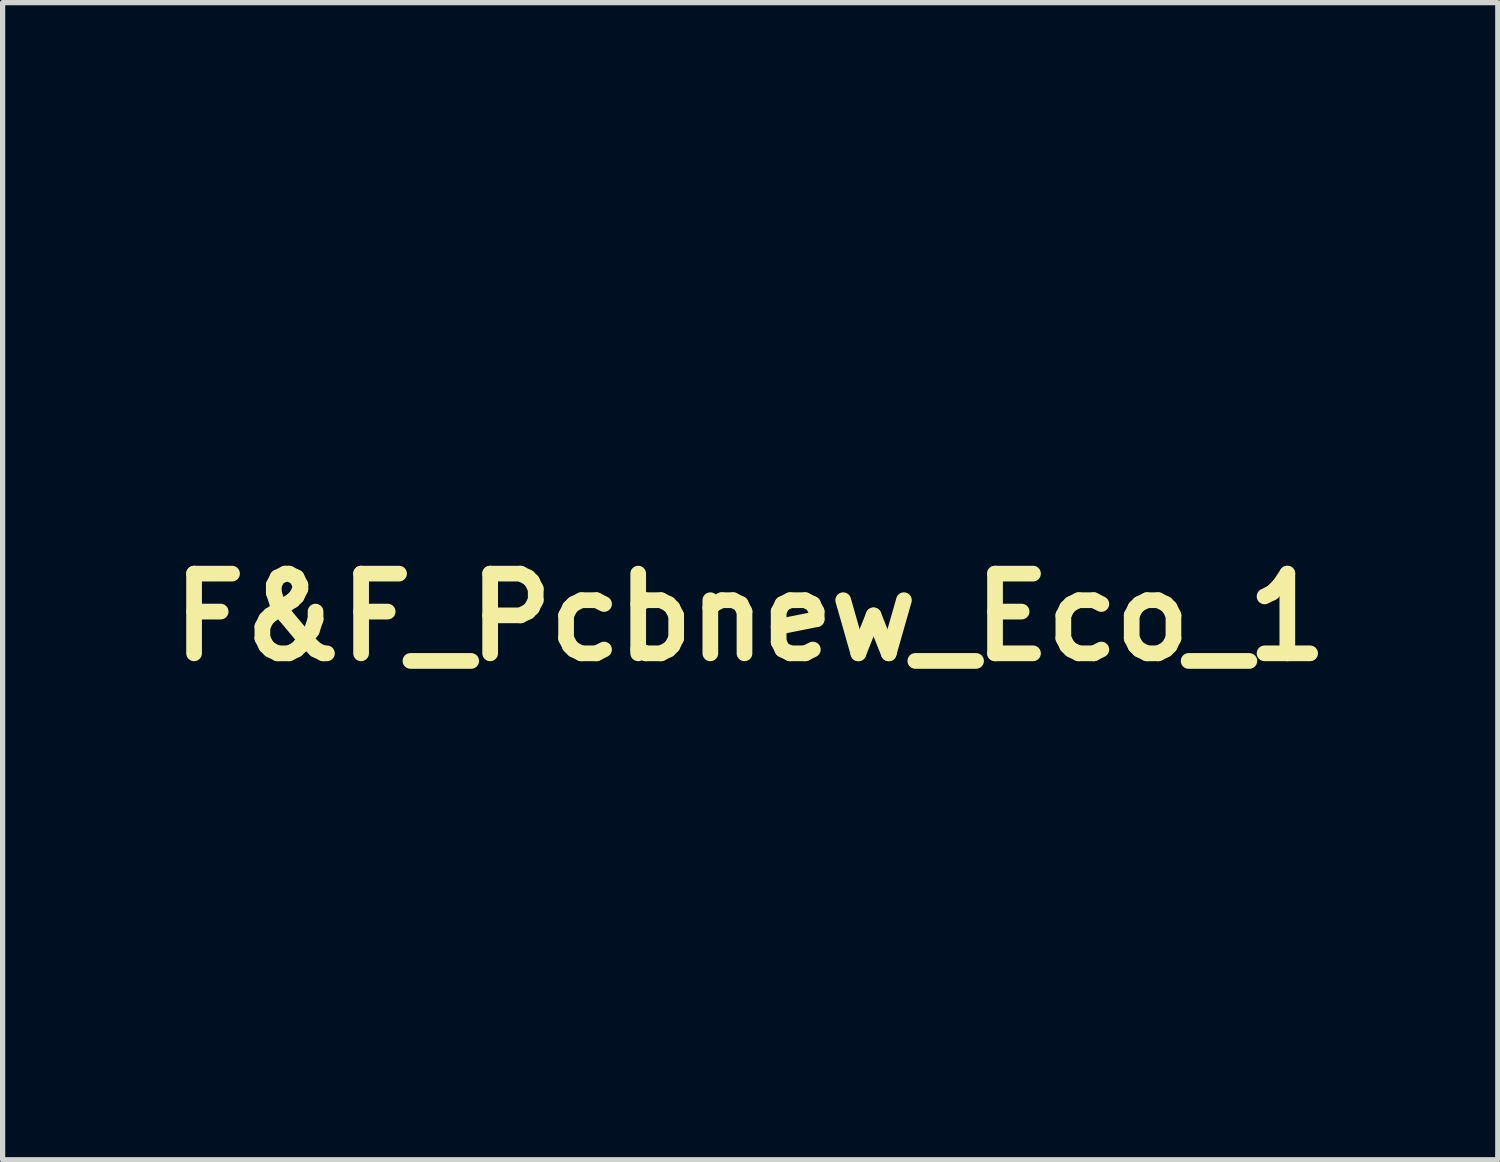
<source format=kicad_pcb>
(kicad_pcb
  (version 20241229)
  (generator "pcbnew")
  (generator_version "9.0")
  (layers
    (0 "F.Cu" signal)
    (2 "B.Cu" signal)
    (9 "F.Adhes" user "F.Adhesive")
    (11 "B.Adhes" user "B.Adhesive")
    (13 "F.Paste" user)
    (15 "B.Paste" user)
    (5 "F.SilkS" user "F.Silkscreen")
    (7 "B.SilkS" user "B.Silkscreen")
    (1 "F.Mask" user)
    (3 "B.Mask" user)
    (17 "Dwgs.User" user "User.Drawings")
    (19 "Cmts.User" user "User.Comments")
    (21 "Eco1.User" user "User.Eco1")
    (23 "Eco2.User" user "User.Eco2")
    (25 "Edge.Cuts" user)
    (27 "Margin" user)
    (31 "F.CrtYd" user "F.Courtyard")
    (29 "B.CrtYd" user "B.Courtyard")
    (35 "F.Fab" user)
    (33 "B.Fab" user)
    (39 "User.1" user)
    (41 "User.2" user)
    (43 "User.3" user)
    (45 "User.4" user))
  (footprint "F&F_Pcbnew_Eco_1"
    (layer "F.Cu")
    (at 11.292 8.751)
    (property "Reference" "F&F_Pcbnew_Eco_1" (at 0 0 0) (layer "F.SilkS") (effects (font (size 1.524 1.524) (thickness 0.3))))
    (attr through_hole)
    (fp_poly (pts (xy -1.671 5.907) (xy -1.447 5.915) (xy -1.328 5.937) (xy -1.279 5.98) (xy -1.27 6.05) (xy -1.27 6.064) (xy -1.282 6.155) (xy -1.346 6.203) (xy -1.503 6.22) (xy -1.736 6.223) (xy -2.005 6.229) (xy -2.145 6.252) (xy -2.196 6.305) (xy -2.201 6.35) (xy -2.176 6.429) (xy -2.073 6.467) (xy -1.848 6.477) (xy -1.82 6.477) (xy -1.585 6.484) (xy -1.474 6.516) (xy -1.441 6.593) (xy -1.439 6.636) (xy -1.455 6.734) (xy -1.533 6.78) (xy -1.718 6.794) (xy -1.82 6.795) (xy -2.201 6.795) (xy -2.201 7.08) (xy -2.208 7.256) (xy -2.251 7.339) (xy -2.366 7.364) (xy -2.498 7.366) (xy -2.794 7.366) (xy -2.794 5.905) (xy -2.032 5.905) (xy -1.671 5.907)) (stroke (width 0.01) (type solid)) (fill no) (layer "Eco1.User"))
    (fp_poly (pts (xy 2.477 5.907) (xy 2.701 5.915) (xy 2.821 5.937) (xy 2.869 5.98) (xy 2.879 6.05) (xy 2.879 6.064) (xy 2.867 6.155) (xy 2.803 6.203) (xy 2.646 6.22) (xy 2.413 6.223) (xy 2.144 6.229) (xy 2.004 6.252) (xy 1.952 6.305) (xy 1.947 6.35) (xy 1.972 6.429) (xy 2.076 6.467) (xy 2.301 6.477) (xy 2.328 6.477) (xy 2.563 6.484) (xy 2.675 6.516) (xy 2.708 6.593) (xy 2.709 6.636) (xy 2.694 6.734) (xy 2.616 6.78) (xy 2.431 6.794) (xy 2.328 6.795) (xy 1.947 6.795) (xy 1.947 7.08) (xy 1.941 7.256) (xy 1.898 7.339) (xy 1.783 7.364) (xy 1.651 7.366) (xy 1.355 7.366) (xy 1.355 5.905) (xy 2.117 5.905) (xy 2.477 5.907)) (stroke (width 0.01) (type solid)) (fill no) (layer "Eco1.User"))
    (fp_poly (pts (xy 0.254 5.949) (xy 0.451 6.064) (xy 0.515 6.228) (xy 0.431 6.418) (xy 0.331 6.515) (xy 0.213 6.617) (xy 0.21 6.671) (xy 0.32 6.723) (xy 0.324 6.725) (xy 0.475 6.758) (xy 0.522 6.732) (xy 0.614 6.698) (xy 0.739 6.708) (xy 0.87 6.755) (xy 0.858 6.841) (xy 0.844 6.862) (xy 0.812 6.969) (xy 0.926 7.046) (xy 0.928 7.047) (xy 1.042 7.107) (xy 1.023 7.174) (xy 0.959 7.235) (xy 0.816 7.317) (xy 0.647 7.295) (xy 0.633 7.29) (xy 0.391 7.263) (xy 0.27 7.296) (xy 0.03 7.348) (xy -0.276 7.361) (xy -0.563 7.335) (xy -0.697 7.298) (xy -0.883 7.159) (xy -0.956 6.982) (xy -0.94 6.911) (xy -0.423 6.911) (xy -0.368 7.06) (xy -0.206 7.113) (xy 0.035 7.073) (xy 0.108 7.034) (xy 0.056 6.972) (xy -0.035 6.915) (xy -0.255 6.812) (xy -0.385 6.815) (xy -0.423 6.911) (xy -0.94 6.911) (xy -0.918 6.806) (xy -0.77 6.671) (xy -0.665 6.633) (xy -0.558 6.579) (xy -0.591 6.479) (xy -0.593 6.477) (xy -0.655 6.302) (xy -0.234 6.302) (xy -0.209 6.353) (xy -0.1 6.4) (xy 0.016 6.353) (xy 0.07 6.265) (xy 0.034 6.175) (xy -0.031 6.16) (xy -0.185 6.203) (xy -0.234 6.302) (xy -0.655 6.302) (xy -0.668 6.266) (xy -0.594 6.086) (xy -0.394 5.958) (xy -0.087 5.906) (xy -0.06 5.905) (xy 0.254 5.949)) (stroke (width 0.01) (type solid)) (fill no) (layer "Eco1.User"))
    (fp_poly (pts (xy 0.535 2.072) (xy 0.84 2.215) (xy 0.977 2.302) (xy 1.284 2.505) (xy 1.494 2.633) (xy 1.635 2.695) (xy 1.732 2.702) (xy 1.815 2.665) (xy 1.848 2.642) (xy 1.939 2.536) (xy 1.89 2.428) (xy 1.773 2.345) (xy 1.701 2.334) (xy 1.614 2.306) (xy 1.609 2.286) (xy 1.66 2.226) (xy 1.79 2.255) (xy 1.947 2.349) (xy 2.093 2.528) (xy 2.087 2.711) (xy 1.946 2.879) (xy 1.684 3.014) (xy 1.368 3.088) (xy 1.078 3.1) (xy 0.735 3.075) (xy 0.401 3.02) (xy 0.137 2.945) (xy 0.035 2.893) (xy -0.07 2.835) (xy -0.181 2.85) (xy -0.322 2.922) (xy -0.568 3.006) (xy -0.912 3.064) (xy -1.284 3.089) (xy -1.616 3.076) (xy -1.776 3.045) (xy -2.094 2.901) (xy -2.257 2.716) (xy -2.286 2.572) (xy -2.246 2.405) (xy -2.103 2.308) (xy -2.077 2.299) (xy -1.91 2.272) (xy -1.795 2.3) (xy -1.781 2.366) (xy -1.812 2.396) (xy -1.859 2.386) (xy -1.863 2.362) (xy -1.924 2.318) (xy -1.99 2.327) (xy -2.085 2.411) (xy -2.115 2.548) (xy -2.07 2.67) (xy -2.03 2.699) (xy -1.918 2.692) (xy -1.73 2.633) (xy -1.53 2.549) (xy -1.379 2.464) (xy -1.339 2.426) (xy -1.262 2.361) (xy -1.102 2.252) (xy -1.031 2.207) (xy -0.786 2.094) (xy -0.532 2.037) (xy -0.319 2.041) (xy -0.212 2.096) (xy -0.099 2.125) (xy -0.000428 2.096) (xy 0.264 2.034) (xy 0.535 2.072)) (stroke (width 0.01) (type solid)) (fill no) (layer "Eco1.User"))
    (fp_poly (pts (xy 0.625 -8.459) (xy 0.928 -8.332) (xy 1.171 -8.229) (xy 1.318 -8.165) (xy 1.345 -8.152) (xy 1.336 -8.087) (xy 1.287 -7.924) (xy 1.207 -7.69) (xy 1.105 -7.415) (xy 0.994 -7.123) (xy 0.897 -6.869) (xy 0.827 -6.682) (xy 0.794 -6.594) (xy 0.814 -6.517) (xy 0.956 -6.446) (xy 1.168 -6.386) (xy 1.483 -6.285) (xy 1.867 -6.129) (xy 2.27 -5.941) (xy 2.644 -5.745) (xy 2.939 -5.566) (xy 3.048 -5.483) (xy 3.714 -4.851) (xy 4.223 -4.218) (xy 4.586 -3.568) (xy 4.815 -2.883) (xy 4.871 -2.597) (xy 4.89 -2.366) (xy 4.86 -2.156) (xy 4.767 -1.909) (xy 4.718 -1.803) (xy 4.393 -0.961) (xy 4.227 -0.132) (xy 4.22 0.678) (xy 4.372 1.459) (xy 4.683 2.205) (xy 4.688 2.215) (xy 4.893 2.592) (xy 4.188 3.042) (xy 3.833 3.264) (xy 3.584 3.406) (xy 3.424 3.473) (xy 3.336 3.473) (xy 3.303 3.411) (xy 3.301 3.381) (xy 3.266 3.265) (xy 3.177 3.082) (xy 3.09 2.931) (xy 2.966 2.716) (xy 2.873 2.522) (xy 2.84 2.431) (xy 2.795 2.297) (xy 2.755 2.236) (xy 2.715 2.248) (xy 2.71 2.359) (xy 2.739 2.545) (xy 2.798 2.782) (xy 2.881 3.044) (xy 2.962 3.286) (xy 3.021 3.491) (xy 3.048 3.618) (xy 3.048 3.628) (xy 2.991 3.728) (xy 2.851 3.866) (xy 2.677 4.004) (xy 2.515 4.102) (xy 2.434 4.127) (xy 2.418 4.066) (xy 2.404 3.894) (xy 2.392 3.625) (xy 2.382 3.275) (xy 2.375 2.859) (xy 2.372 2.393) (xy 2.372 2.175) (xy 2.373 0.222) (xy 2.564 0.476) (xy 2.71 0.689) (xy 2.895 0.991) (xy 3.102 1.352) (xy 3.314 1.74) (xy 3.417 1.937) (xy 3.495 2.071) (xy 3.544 2.12) (xy 3.552 2.107) (xy 3.534 1.989) (xy 3.48 1.785) (xy 3.4 1.527) (xy 3.306 1.245) (xy 3.209 0.971) (xy 3.117 0.735) (xy 3.043 0.569) (xy 3.005 0.508) (xy 2.9 0.392) (xy 2.77 0.223) (xy 2.639 0.038) (xy 2.53 -0.129) (xy 2.467 -0.245) (xy 2.463 -0.277) (xy 2.55 -0.318) (xy 2.737 -0.402) (xy 2.902 -0.474) (xy 3.183 -0.608) (xy 3.35 -0.739) (xy 3.446 -0.909) (xy 3.504 -1.143) (xy 3.551 -1.372) (xy 3.599 -1.586) (xy 3.609 -1.631) (xy 3.657 -1.833) (xy 3.205 -1.653) (xy 2.869 -1.518) (xy 2.489 -1.364) (xy 2.258 -1.269) (xy 1.765 -1.065) (xy 1.04 -1.648) (xy 0.452 -2.086) (xy -0.196 -2.513) (xy -0.847 -2.89) (xy -1.228 -3.085) (xy -1.264 -3.089) (xy -1.191 -3.018) (xy -1.023 -2.883) (xy -0.774 -2.697) (xy -0.659 -2.613) (xy -0.358 -2.393) (xy -0.109 -2.203) (xy 0.066 -2.062) (xy 0.146 -1.986) (xy 0.148 -1.979) (xy 0.197 -1.918) (xy 0.34 -1.792) (xy 0.552 -1.625) (xy 0.644 -1.556) (xy 0.894 -1.362) (xy 1.104 -1.186) (xy 1.238 -1.058) (xy 1.257 -1.034) (xy 1.304 -0.942) (xy 1.264 -0.871) (xy 1.11 -0.789) (xy 1.018 -0.749) (xy 0.679 -0.603) (xy 0.678 0.293) (xy 0.677 1.19) (xy 0.34 1.357) (xy 0.084 1.473) (xy -0.105 1.513) (xy -0.289 1.475) (xy -0.531 1.363) (xy -0.847 1.202) (xy -0.847 0.299) (xy -0.848 -0.603) (xy -1.103 -0.712) (xy -1.297 -0.793) (xy -1.586 -0.912) (xy -1.917 -1.047) (xy -2.013 -1.086) (xy -2.4 -1.243) (xy -2.812 -1.412) (xy -3.167 -1.558) (xy -3.201 -1.572) (xy -3.466 -1.676) (xy -3.668 -1.745) (xy -3.768 -1.766) (xy -3.771 -1.765) (xy -3.777 -1.694) (xy -3.76 -1.528) (xy -3.723 -1.301) (xy -3.709 -1.228) (xy -3.666 -1.006) (xy -3.622 -0.852) (xy -3.551 -0.739) (xy -3.425 -0.642) (xy -3.217 -0.535) (xy -2.901 -0.392) (xy -2.794 -0.344) (xy -2.498 -0.211) (xy -2.475 1.99) (xy -2.472 2.504) (xy -2.472 2.975) (xy -2.476 3.389) (xy -2.483 3.732) (xy -2.493 3.988) (xy -2.505 4.144) (xy -2.518 4.187) (xy -2.6 4.146) (xy -2.789 4.036) (xy -3.065 3.868) (xy -3.407 3.657) (xy -3.793 3.414) (xy -3.817 3.399) (xy -5.051 2.615) (xy -4.757 1.958) (xy -4.62 1.636) (xy -4.529 1.365) (xy -4.472 1.096) (xy -4.438 0.781) (xy -4.422 0.536) (xy -4.42 -0.045) (xy -4.485 -0.584) (xy -4.628 -1.129) (xy -4.856 -1.726) (xy -4.888 -1.799) (xy -4.996 -2.056) (xy -5.053 -2.244) (xy -5.065 -2.418) (xy -5.038 -2.627) (xy -5.005 -2.799) (xy -4.792 -3.511) (xy -4.449 -4.167) (xy -3.962 -4.792) (xy -3.58 -5.175) (xy -3.175 -5.497) (xy -2.678 -5.812) (xy -2.143 -6.089) (xy -1.623 -6.299) (xy -1.433 -6.357) (xy -1.173 -6.44) (xy -0.991 -6.519) (xy -0.931 -6.573) (xy -0.955 -6.661) (xy -1.02 -6.844) (xy -1.115 -7.094) (xy -1.226 -7.372) (xy -1.352 -7.701) (xy -1.43 -7.951) (xy -1.456 -8.107) (xy -1.443 -8.151) (xy -1.336 -8.207) (xy -1.12 -8.305) (xy -0.834 -8.428) (xy -0.713 -8.478) (xy -0.063 -8.746) (xy 0.625 -8.459)) (stroke (width 0.01) (type solid)) (fill no) (layer "Eco1.User")))
  (gr_rect
    (start -3 -3)
    (end 25.584 19.122)
    (stroke (width 0.1) (type default))
    (fill no)
    (layer "Edge.Cuts")))
</source>
